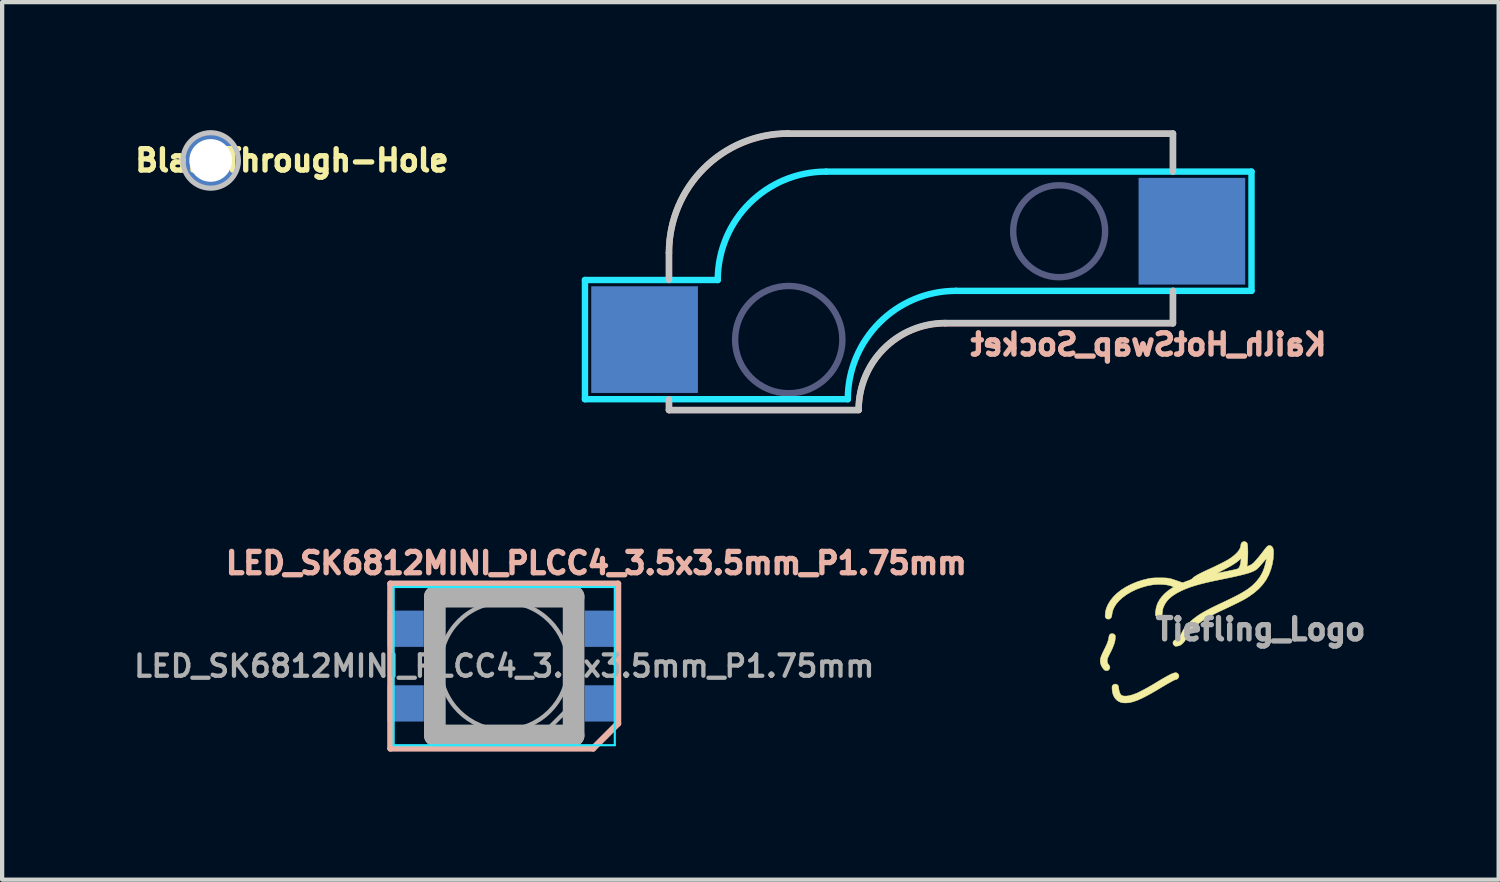
<source format=kicad_pcb>
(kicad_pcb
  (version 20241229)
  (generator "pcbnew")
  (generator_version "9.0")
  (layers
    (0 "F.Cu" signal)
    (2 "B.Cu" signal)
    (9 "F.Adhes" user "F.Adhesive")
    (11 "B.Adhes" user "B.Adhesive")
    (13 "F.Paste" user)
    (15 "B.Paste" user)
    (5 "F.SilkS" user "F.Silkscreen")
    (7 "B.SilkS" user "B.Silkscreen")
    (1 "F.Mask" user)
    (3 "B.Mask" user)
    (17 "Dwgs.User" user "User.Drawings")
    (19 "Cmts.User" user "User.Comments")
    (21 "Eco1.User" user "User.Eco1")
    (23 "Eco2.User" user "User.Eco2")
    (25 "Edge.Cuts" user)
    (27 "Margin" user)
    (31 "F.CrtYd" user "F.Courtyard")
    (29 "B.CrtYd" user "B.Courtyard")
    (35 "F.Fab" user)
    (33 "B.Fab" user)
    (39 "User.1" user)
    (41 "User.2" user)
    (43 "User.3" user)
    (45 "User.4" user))
  (footprint "BlankThrough-Hole"
    (layer "F.Cu")
    (at 1.887 0.71)
    (property "Reference" "BlankThrough-Hole" (at 1.905 0 0) (layer "F.SilkS") (effects (font (size 0.5 0.5) (thickness 0.125))))
    (attr through_hole)
    (fp_circle (center 0 0) (end 0.65 0) (stroke (width 0.12) (type solid)) (fill no) (layer "Dwgs.User"))
    (pad "1" thru_hole circle (at 0 0) (size 1.2 1.2) (drill 1) (layers "*.Cu" "*.Mask")))
  (footprint "LED_SK6812MINI_PLCC4_3.5x3.5mm_P1.75mm"
    (layer "F.Cu")
    (at 8.767 12.56)
    (property "Reference" "LED_SK6812MINI_PLCC4_3.5x3.5mm_P1.75mm" (at 2.159 -2.413 0) (layer "B.SilkS") (effects (font (size 0.5 0.5) (thickness 0.125))))
    (attr smd)
    (fp_line (start -2.667 -1.93) (end 2.667 -1.93) (stroke (width 0.15) (type solid)) (layer "B.SilkS"))
    (fp_line (start -2.667 1.93) (end -2.667 -1.93) (stroke (width 0.15) (type solid)) (layer "B.SilkS"))
    (fp_line (start 2.083 1.93) (end -2.667 1.93) (stroke (width 0.15) (type solid)) (layer "B.SilkS"))
    (fp_line (start 2.667 -1.93) (end 2.667 1.346) (stroke (width 0.15) (type solid)) (layer "B.SilkS"))
    (fp_line (start 2.667 1.346) (end 2.083 1.93) (stroke (width 0.15) (type solid)) (layer "B.SilkS"))
    (fp_line (start -2.591 -1.854) (end -2.591 1.854) (stroke (width 0.05) (type solid)) (layer "B.CrtYd"))
    (fp_line (start -2.591 1.854) (end 2.591 1.854) (stroke (width 0.05) (type solid)) (layer "B.CrtYd"))
    (fp_line (start 2.591 -1.854) (end -2.591 -1.854) (stroke (width 0.05) (type solid)) (layer "B.CrtYd"))
    (fp_line (start 2.591 1.854) (end 2.591 -1.854) (stroke (width 0.05) (type solid)) (layer "B.CrtYd"))
    (fp_line (start -1.75 -1.75) (end -1.75 1.75) (stroke (width 0.1) (type solid)) (layer "F.Fab"))
    (fp_line (start -1.75 1.75) (end 1.75 1.75) (stroke (width 0.1) (type solid)) (layer "F.Fab"))
    (fp_line (start -1.626 -1.626) (end -1.626 1.626) (stroke (width 0.508) (type solid)) (layer "F.Fab"))
    (fp_line (start -1.626 -1.626) (end 1.626 -1.626) (stroke (width 0.508) (type solid)) (layer "F.Fab"))
    (fp_line (start 1.626 1.626) (end -1.626 1.626) (stroke (width 0.508) (type solid)) (layer "F.Fab"))
    (fp_line (start 1.626 1.626) (end 1.626 -1.626) (stroke (width 0.508) (type solid)) (layer "F.Fab"))
    (fp_line (start 1.75 -1.75) (end -1.75 -1.75) (stroke (width 0.1) (type solid)) (layer "F.Fab"))
    (fp_line (start 1.75 0.75) (end 0.75 1.75) (stroke (width 0.1) (type solid)) (layer "F.Fab"))
    (fp_line (start 1.75 1.75) (end 1.75 -1.75) (stroke (width 0.1) (type solid)) (layer "F.Fab"))
    (fp_circle (center 0 0) (end 0 -1.5) (stroke (width 0.1) (type solid)) (fill no) (layer "F.Fab"))
    (fp_text user "${REFERENCE}" (at 0 0 0) (layer "F.Fab") (effects (font (size 0.5 0.5) (thickness 0.1))))
    (pad "1" smd rect (at -2.311 -0.875) (size 0.85 0.85) (layers "B.Cu" "B.Mask" "B.Paste"))
    (pad "2" smd rect (at -2.311 0.875) (size 0.85 0.85) (layers "B.Cu" "B.Mask" "B.Paste"))
    (pad "3" smd rect (at 2.311 0.875) (size 0.85 0.85) (layers "B.Cu" "B.Mask" "B.Paste"))
    (pad "4" smd rect (at 2.311 -0.875) (size 0.85 0.85) (layers "B.Cu" "B.Mask" "B.Paste")))
  (footprint "Kailh_HotSwap_Socket"
    (layer "F.Cu")
    (at 21.772 2.369)
    (property "Reference" "Kailh_HotSwap_Socket" (at 2.095 2.654 0) (layer "B.SilkS") (effects (font (size 0.5 0.5) (thickness 0.125)) (justify mirror)))
    (attr through_hole)
    (fp_line (start -9.144 0.508) (end -9.144 1.143) (stroke (width 0.15) (type solid)) (layer "B.SilkS"))
    (fp_line (start -9.144 3.937) (end -9.144 4.191) (stroke (width 0.15) (type solid)) (layer "B.SilkS"))
    (fp_line (start -9.144 4.191) (end -4.699 4.191) (stroke (width 0.15) (type solid)) (layer "B.SilkS"))
    (fp_line (start -2.667 2.159) (end 2.667 2.159) (stroke (width 0.15) (type solid)) (layer "B.SilkS"))
    (fp_line (start 2.667 -2.286) (end -6.35 -2.286) (stroke (width 0.15) (type solid)) (layer "B.SilkS"))
    (fp_line (start 2.667 -1.397) (end 2.667 -2.286) (stroke (width 0.15) (type solid)) (layer "B.SilkS"))
    (fp_line (start 2.667 2.159) (end 2.667 1.397) (stroke (width 0.15) (type solid)) (layer "B.SilkS"))
    (fp_arc (start -9.144 0.508) (mid -8.325656 -1.467656) (end -6.35 -2.286) (stroke (width 0.15) (type solid)) (layer "B.SilkS"))
    (fp_arc (start -4.699 4.191) (mid -4.103841 2.754159) (end -2.667 2.159) (stroke (width 0.15) (type solid)) (layer "B.SilkS"))
    (fp_line (start -9.144 0.5) (end -9.144 1.135) (stroke (width 0.15) (type solid)) (layer "Dwgs.User"))
    (fp_line (start -9.144 3.937) (end -9.144 4.191) (stroke (width 0.15) (type solid)) (layer "Dwgs.User"))
    (fp_line (start -9.144 4.191) (end -4.699 4.191) (stroke (width 0.15) (type solid)) (layer "Dwgs.User"))
    (fp_line (start -2.667 2.15) (end 2.667 2.15) (stroke (width 0.15) (type solid)) (layer "Dwgs.User"))
    (fp_line (start 2.667 -2.286) (end -6.35 -2.286) (stroke (width 0.15) (type solid)) (layer "Dwgs.User"))
    (fp_line (start 2.667 -1.4) (end 2.667 -2.289) (stroke (width 0.15) (type solid)) (layer "Dwgs.User"))
    (fp_line (start 2.667 2.159) (end 2.667 1.397) (stroke (width 0.15) (type solid)) (layer "Dwgs.User"))
    (fp_arc (start -9.144 0.5) (mid -8.325656 -1.475656) (end -6.35 -2.294) (stroke (width 0.15) (type solid)) (layer "Dwgs.User"))
    (fp_arc (start -4.699 4.182) (mid -4.103841 2.745159) (end -2.667 2.15) (stroke (width 0.15) (type solid)) (layer "Dwgs.User"))
    (fp_line (start -11.113 1.143) (end -11.113 3.937) (stroke (width 0.15) (type solid)) (layer "B.CrtYd"))
    (fp_line (start -11.113 3.937) (end -4.953 3.937) (stroke (width 0.15) (type solid)) (layer "B.CrtYd"))
    (fp_line (start -8.001 1.143) (end -11.113 1.143) (stroke (width 0.15) (type solid)) (layer "B.CrtYd"))
    (fp_line (start -2.413 1.397) (end 4.508 1.397) (stroke (width 0.15) (type solid)) (layer "B.CrtYd"))
    (fp_line (start 4.508 -1.397) (end -5.461 -1.397) (stroke (width 0.15) (type solid)) (layer "B.CrtYd"))
    (fp_line (start 4.508 1.397) (end 4.508 -1.397) (stroke (width 0.15) (type solid)) (layer "B.CrtYd"))
    (fp_arc (start -8.001 1.143) (mid -7.257051 -0.653051) (end -5.461 -1.397) (stroke (width 0.15) (type solid)) (layer "B.CrtYd"))
    (fp_arc (start -4.953 3.937) (mid -4.209051 2.140949) (end -2.413 1.397) (stroke (width 0.15) (type solid)) (layer "B.CrtYd"))
    (fp_circle (center -6.337 2.54) (end -5.448 3.429) (stroke (width 0.15) (type solid)) (fill no) (layer "B.Fab"))
    (fp_circle (center 0 0) (end 0.762 0.762) (stroke (width 0.15) (type solid)) (fill no) (layer "B.Fab"))
    (pad "1" smd rect (at 3.111 0) (size 2.5 2.5) (layers "B.Cu" "B.Mask" "B.Paste"))
    (pad "2" smd rect (at -9.716 2.54) (size 2.5 2.5) (layers "B.Cu" "B.Mask" "B.Paste")))
  (footprint "Tiefling_Logo"
    (layer "F.Cu")
    (at 24.741 11.774)
    (property "Reference" "Tiefling_Logo" (at 1.753 -0.076 0) (layer "F.Fab") (effects (font (size 0.5 0.5) (thickness 0.125))))
    (attr through_hole)
    (fp_poly (pts (xy -1.697 0.03) (xy -1.674 0.044) (xy -1.671 0.047) (xy -1.66 0.059) (xy -1.654 0.071) (xy -1.651 0.087) (xy -1.652 0.113) (xy -1.653 0.138) (xy -1.659 0.187) (xy -1.671 0.238) (xy -1.69 0.294) (xy -1.716 0.359) (xy -1.75 0.433) (xy -1.777 0.485) (xy -1.801 0.533) (xy -1.818 0.569) (xy -1.83 0.596) (xy -1.837 0.617) (xy -1.84 0.636) (xy -1.841 0.655) (xy -1.841 0.66) (xy -1.84 0.69) (xy -1.835 0.712) (xy -1.822 0.734) (xy -1.81 0.749) (xy -1.788 0.782) (xy -1.779 0.81) (xy -1.783 0.837) (xy -1.79 0.854) (xy -1.812 0.881) (xy -1.842 0.894) (xy -1.876 0.893) (xy -1.897 0.885) (xy -1.918 0.868) (xy -1.942 0.839) (xy -1.965 0.805) (xy -1.984 0.768) (xy -1.994 0.741) (xy -2.004 0.701) (xy -2.007 0.662) (xy -2.003 0.62) (xy -1.991 0.575) (xy -1.971 0.522) (xy -1.942 0.46) (xy -1.922 0.419) (xy -1.885 0.345) (xy -1.856 0.282) (xy -1.835 0.229) (xy -1.82 0.183) (xy -1.81 0.142) (xy -1.807 0.118) (xy -1.798 0.075) (xy -1.783 0.046) (xy -1.76 0.03) (xy -1.727 0.025) (xy -1.697 0.03)) (stroke (width 0.01) (type solid)) (fill yes) (layer "F.SilkS"))
    (fp_poly (pts (xy -0.207 0.948) (xy -0.182 0.968) (xy -0.165 0.996) (xy -0.161 1.02) (xy -0.167 1.048) (xy -0.183 1.074) (xy -0.205 1.093) (xy -0.228 1.101) (xy -0.228 1.101) (xy -0.243 1.104) (xy -0.267 1.113) (xy -0.3 1.129) (xy -0.343 1.152) (xy -0.398 1.182) (xy -0.465 1.221) (xy -0.545 1.269) (xy -0.553 1.273) (xy -0.667 1.342) (xy -0.769 1.401) (xy -0.86 1.452) (xy -0.941 1.496) (xy -1.014 1.533) (xy -1.079 1.563) (xy -1.139 1.589) (xy -1.195 1.609) (xy -1.249 1.626) (xy -1.298 1.638) (xy -1.347 1.646) (xy -1.4 1.65) (xy -1.452 1.649) (xy -1.497 1.644) (xy -1.52 1.639) (xy -1.582 1.611) (xy -1.634 1.57) (xy -1.676 1.517) (xy -1.706 1.452) (xy -1.724 1.377) (xy -1.73 1.309) (xy -1.73 1.277) (xy -1.727 1.257) (xy -1.719 1.242) (xy -1.712 1.233) (xy -1.683 1.212) (xy -1.651 1.207) (xy -1.622 1.214) (xy -1.602 1.225) (xy -1.589 1.238) (xy -1.58 1.26) (xy -1.574 1.292) (xy -1.571 1.317) (xy -1.561 1.374) (xy -1.544 1.422) (xy -1.522 1.457) (xy -1.496 1.476) (xy -1.454 1.488) (xy -1.399 1.489) (xy -1.335 1.481) (xy -1.262 1.462) (xy -1.182 1.434) (xy -1.142 1.418) (xy -1.1 1.398) (xy -1.046 1.37) (xy -0.984 1.338) (xy -0.916 1.301) (xy -0.846 1.262) (xy -0.777 1.222) (xy -0.712 1.183) (xy -0.703 1.177) (xy -0.607 1.119) (xy -0.524 1.07) (xy -0.453 1.03) (xy -0.394 0.998) (xy -0.344 0.973) (xy -0.303 0.956) (xy -0.27 0.945) (xy -0.244 0.94) (xy -0.237 0.94) (xy -0.207 0.948)) (stroke (width 0.01) (type solid)) (fill yes) (layer "F.SilkS"))
    (fp_poly (pts (xy 1.394 -2.129) (xy 1.422 -2.11) (xy 1.431 -2.1) (xy 1.438 -2.089) (xy 1.443 -2.075) (xy 1.446 -2.054) (xy 1.449 -2.023) (xy 1.451 -1.978) (xy 1.452 -1.971) (xy 1.454 -1.908) (xy 1.454 -1.838) (xy 1.452 -1.767) (xy 1.449 -1.699) (xy 1.445 -1.639) (xy 1.439 -1.596) (xy 1.436 -1.571) (xy 1.435 -1.555) (xy 1.435 -1.551) (xy 1.443 -1.553) (xy 1.463 -1.56) (xy 1.49 -1.57) (xy 1.491 -1.571) (xy 1.538 -1.595) (xy 1.58 -1.627) (xy 1.586 -1.633) (xy 1.615 -1.663) (xy 1.652 -1.704) (xy 1.694 -1.754) (xy 1.74 -1.81) (xy 1.788 -1.871) (xy 1.831 -1.928) (xy 1.864 -1.97) (xy 1.89 -2.001) (xy 1.91 -2.021) (xy 1.928 -2.034) (xy 1.945 -2.039) (xy 1.96 -2.04) (xy 1.995 -2.033) (xy 2.023 -2.011) (xy 2.043 -1.975) (xy 2.055 -1.925) (xy 2.057 -1.878) (xy 2.05 -1.741) (xy 2.027 -1.604) (xy 1.99 -1.471) (xy 1.941 -1.345) (xy 1.939 -1.342) (xy 1.879 -1.231) (xy 1.802 -1.125) (xy 1.711 -1.026) (xy 1.603 -0.932) (xy 1.48 -0.844) (xy 1.408 -0.799) (xy 1.356 -0.77) (xy 1.29 -0.735) (xy 1.21 -0.694) (xy 1.118 -0.649) (xy 1.014 -0.599) (xy 0.901 -0.546) (xy 0.794 -0.496) (xy 0.7 -0.45) (xy 0.618 -0.409) (xy 0.545 -0.37) (xy 0.48 -0.332) (xy 0.421 -0.296) (xy 0.364 -0.258) (xy 0.31 -0.219) (xy 0.301 -0.212) (xy 0.239 -0.164) (xy 0.189 -0.12) (xy 0.148 -0.078) (xy 0.113 -0.035) (xy 0.08 0.015) (xy 0.048 0.072) (xy 0.047 0.076) (xy 0.006 0.149) (xy -0.033 0.208) (xy -0.071 0.252) (xy -0.109 0.285) (xy -0.15 0.306) (xy -0.194 0.318) (xy -0.208 0.319) (xy -0.235 0.321) (xy -0.253 0.318) (xy -0.268 0.309) (xy -0.279 0.298) (xy -0.299 0.269) (xy -0.303 0.238) (xy -0.294 0.208) (xy -0.271 0.183) (xy -0.236 0.165) (xy -0.224 0.162) (xy -0.205 0.155) (xy -0.187 0.144) (xy -0.169 0.127) (xy -0.15 0.101) (xy -0.129 0.066) (xy -0.103 0.018) (xy -0.083 -0.021) (xy -0.061 -0.063) (xy -0.042 -0.095) (xy -0.024 -0.122) (xy -0.002 -0.149) (xy 0.027 -0.179) (xy 0.059 -0.212) (xy 0.112 -0.262) (xy 0.166 -0.309) (xy 0.223 -0.354) (xy 0.285 -0.398) (xy 0.353 -0.442) (xy 0.429 -0.487) (xy 0.514 -0.533) (xy 0.61 -0.583) (xy 0.719 -0.636) (xy 0.841 -0.694) (xy 0.86 -0.703) (xy 0.987 -0.763) (xy 1.1 -0.818) (xy 1.2 -0.869) (xy 1.288 -0.916) (xy 1.365 -0.962) (xy 1.433 -1.005) (xy 1.493 -1.048) (xy 1.546 -1.091) (xy 1.594 -1.135) (xy 1.638 -1.18) (xy 1.672 -1.219) (xy 1.725 -1.288) (xy 1.767 -1.355) (xy 1.803 -1.427) (xy 1.816 -1.458) (xy 1.828 -1.491) (xy 1.842 -1.532) (xy 1.855 -1.578) (xy 1.867 -1.624) (xy 1.878 -1.666) (xy 1.885 -1.701) (xy 1.888 -1.724) (xy 1.888 -1.726) (xy 1.883 -1.724) (xy 1.869 -1.71) (xy 1.848 -1.687) (xy 1.822 -1.657) (xy 1.805 -1.637) (xy 1.772 -1.598) (xy 1.739 -1.561) (xy 1.71 -1.529) (xy 1.686 -1.505) (xy 1.68 -1.5) (xy 1.655 -1.479) (xy 1.627 -1.46) (xy 1.594 -1.442) (xy 1.555 -1.425) (xy 1.51 -1.407) (xy 1.456 -1.389) (xy 1.392 -1.371) (xy 1.319 -1.352) (xy 1.233 -1.332) (xy 1.135 -1.309) (xy 1.022 -1.285) (xy 0.895 -1.259) (xy 0.864 -1.252) (xy 0.718 -1.222) (xy 0.587 -1.194) (xy 0.469 -1.167) (xy 0.364 -1.141) (xy 0.269 -1.115) (xy 0.183 -1.089) (xy 0.105 -1.064) (xy 0.032 -1.037) (xy -0.037 -1.009) (xy -0.103 -0.979) (xy -0.106 -0.978) (xy -0.213 -0.923) (xy -0.305 -0.864) (xy -0.382 -0.803) (xy -0.443 -0.737) (xy -0.492 -0.666) (xy -0.527 -0.589) (xy -0.53 -0.583) (xy -0.537 -0.557) (xy -0.543 -0.521) (xy -0.549 -0.481) (xy -0.55 -0.47) (xy -0.554 -0.433) (xy -0.558 -0.409) (xy -0.564 -0.393) (xy -0.574 -0.38) (xy -0.583 -0.371) (xy -0.615 -0.351) (xy -0.647 -0.349) (xy -0.678 -0.363) (xy -0.681 -0.365) (xy -0.699 -0.383) (xy -0.71 -0.403) (xy -0.715 -0.43) (xy -0.714 -0.467) (xy -0.711 -0.493) (xy -0.695 -0.586) (xy -0.67 -0.666) (xy -0.658 -0.694) (xy -0.616 -0.77) (xy -0.56 -0.845) (xy -0.492 -0.916) (xy -0.416 -0.981) (xy -0.36 -1.02) (xy -0.284 -1.069) (xy -0.326 -1.085) (xy -0.39 -1.105) (xy -0.466 -1.119) (xy -0.551 -1.126) (xy -0.641 -1.128) (xy -0.731 -1.123) (xy -0.779 -1.118) (xy -0.908 -1.094) (xy -1.035 -1.058) (xy -1.159 -1.012) (xy -1.276 -0.956) (xy -1.385 -0.892) (xy -1.483 -0.821) (xy -1.558 -0.753) (xy -1.622 -0.681) (xy -1.671 -0.608) (xy -1.705 -0.534) (xy -1.726 -0.456) (xy -1.731 -0.42) (xy -1.736 -0.385) (xy -1.743 -0.363) (xy -1.754 -0.345) (xy -1.761 -0.337) (xy -1.791 -0.317) (xy -1.825 -0.313) (xy -1.857 -0.325) (xy -1.869 -0.334) (xy -1.881 -0.346) (xy -1.888 -0.358) (xy -1.891 -0.376) (xy -1.891 -0.405) (xy -1.891 -0.414) (xy -1.884 -0.485) (xy -1.868 -0.553) (xy -1.84 -0.625) (xy -1.825 -0.657) (xy -1.769 -0.749) (xy -1.699 -0.837) (xy -1.614 -0.92) (xy -1.516 -0.997) (xy -1.406 -1.067) (xy -1.286 -1.129) (xy -1.156 -1.184) (xy -1.018 -1.229) (xy -0.873 -1.265) (xy -0.859 -1.268) (xy -0.826 -1.273) (xy -0.79 -1.277) (xy -0.748 -1.28) (xy -0.697 -1.282) (xy -0.634 -1.282) (xy -0.605 -1.282) (xy -0.543 -1.282) (xy -0.492 -1.28) (xy -0.448 -1.278) (xy -0.408 -1.273) (xy -0.369 -1.265) (xy -0.327 -1.254) (xy -0.278 -1.238) (xy -0.218 -1.218) (xy -0.176 -1.203) (xy -0.076 -1.168) (xy 0.032 -1.207) (xy 0.075 -1.223) (xy 0.111 -1.239) (xy 0.137 -1.252) (xy 0.15 -1.262) (xy 0.15 -1.262) (xy 0.168 -1.282) (xy 0.195 -1.304) (xy 0.234 -1.329) (xy 0.283 -1.358) (xy 0.342 -1.389) (xy 0.73 -1.389) (xy 0.73 -1.389) (xy 0.74 -1.39) (xy 0.763 -1.395) (xy 0.799 -1.402) (xy 0.843 -1.411) (xy 0.894 -1.422) (xy 0.916 -1.426) (xy 0.995 -1.443) (xy 1.059 -1.456) (xy 1.11 -1.467) (xy 1.15 -1.476) (xy 1.18 -1.483) (xy 1.201 -1.49) (xy 1.216 -1.495) (xy 1.227 -1.501) (xy 1.234 -1.507) (xy 1.24 -1.513) (xy 1.243 -1.517) (xy 1.262 -1.55) (xy 1.277 -1.597) (xy 1.287 -1.657) (xy 1.29 -1.684) (xy 1.295 -1.739) (xy 1.268 -1.713) (xy 1.225 -1.676) (xy 1.177 -1.639) (xy 1.121 -1.602) (xy 1.056 -1.562) (xy 0.98 -1.52) (xy 0.89 -1.473) (xy 0.874 -1.465) (xy 0.828 -1.441) (xy 0.789 -1.421) (xy 0.758 -1.405) (xy 0.738 -1.394) (xy 0.73 -1.389) (xy 0.342 -1.389) (xy 0.345 -1.391) (xy 0.421 -1.428) (xy 0.512 -1.47) (xy 0.546 -1.486) (xy 0.629 -1.524) (xy 0.71 -1.563) (xy 0.789 -1.601) (xy 0.861 -1.638) (xy 0.926 -1.672) (xy 0.98 -1.702) (xy 1.022 -1.727) (xy 1.031 -1.733) (xy 1.103 -1.785) (xy 1.165 -1.838) (xy 1.215 -1.89) (xy 1.253 -1.942) (xy 1.277 -1.99) (xy 1.287 -2.034) (xy 1.287 -2.039) (xy 1.293 -2.077) (xy 1.31 -2.107) (xy 1.335 -2.126) (xy 1.364 -2.134) (xy 1.394 -2.129)) (stroke (width 0.01) (type solid)) (fill yes) (layer "F.SilkS")))
  (gr_rect
    (start -3 -3)
    (end 32.072 17.565)
    (stroke (width 0.1) (type default))
    (fill no)
    (layer "Edge.Cuts")))
</source>
